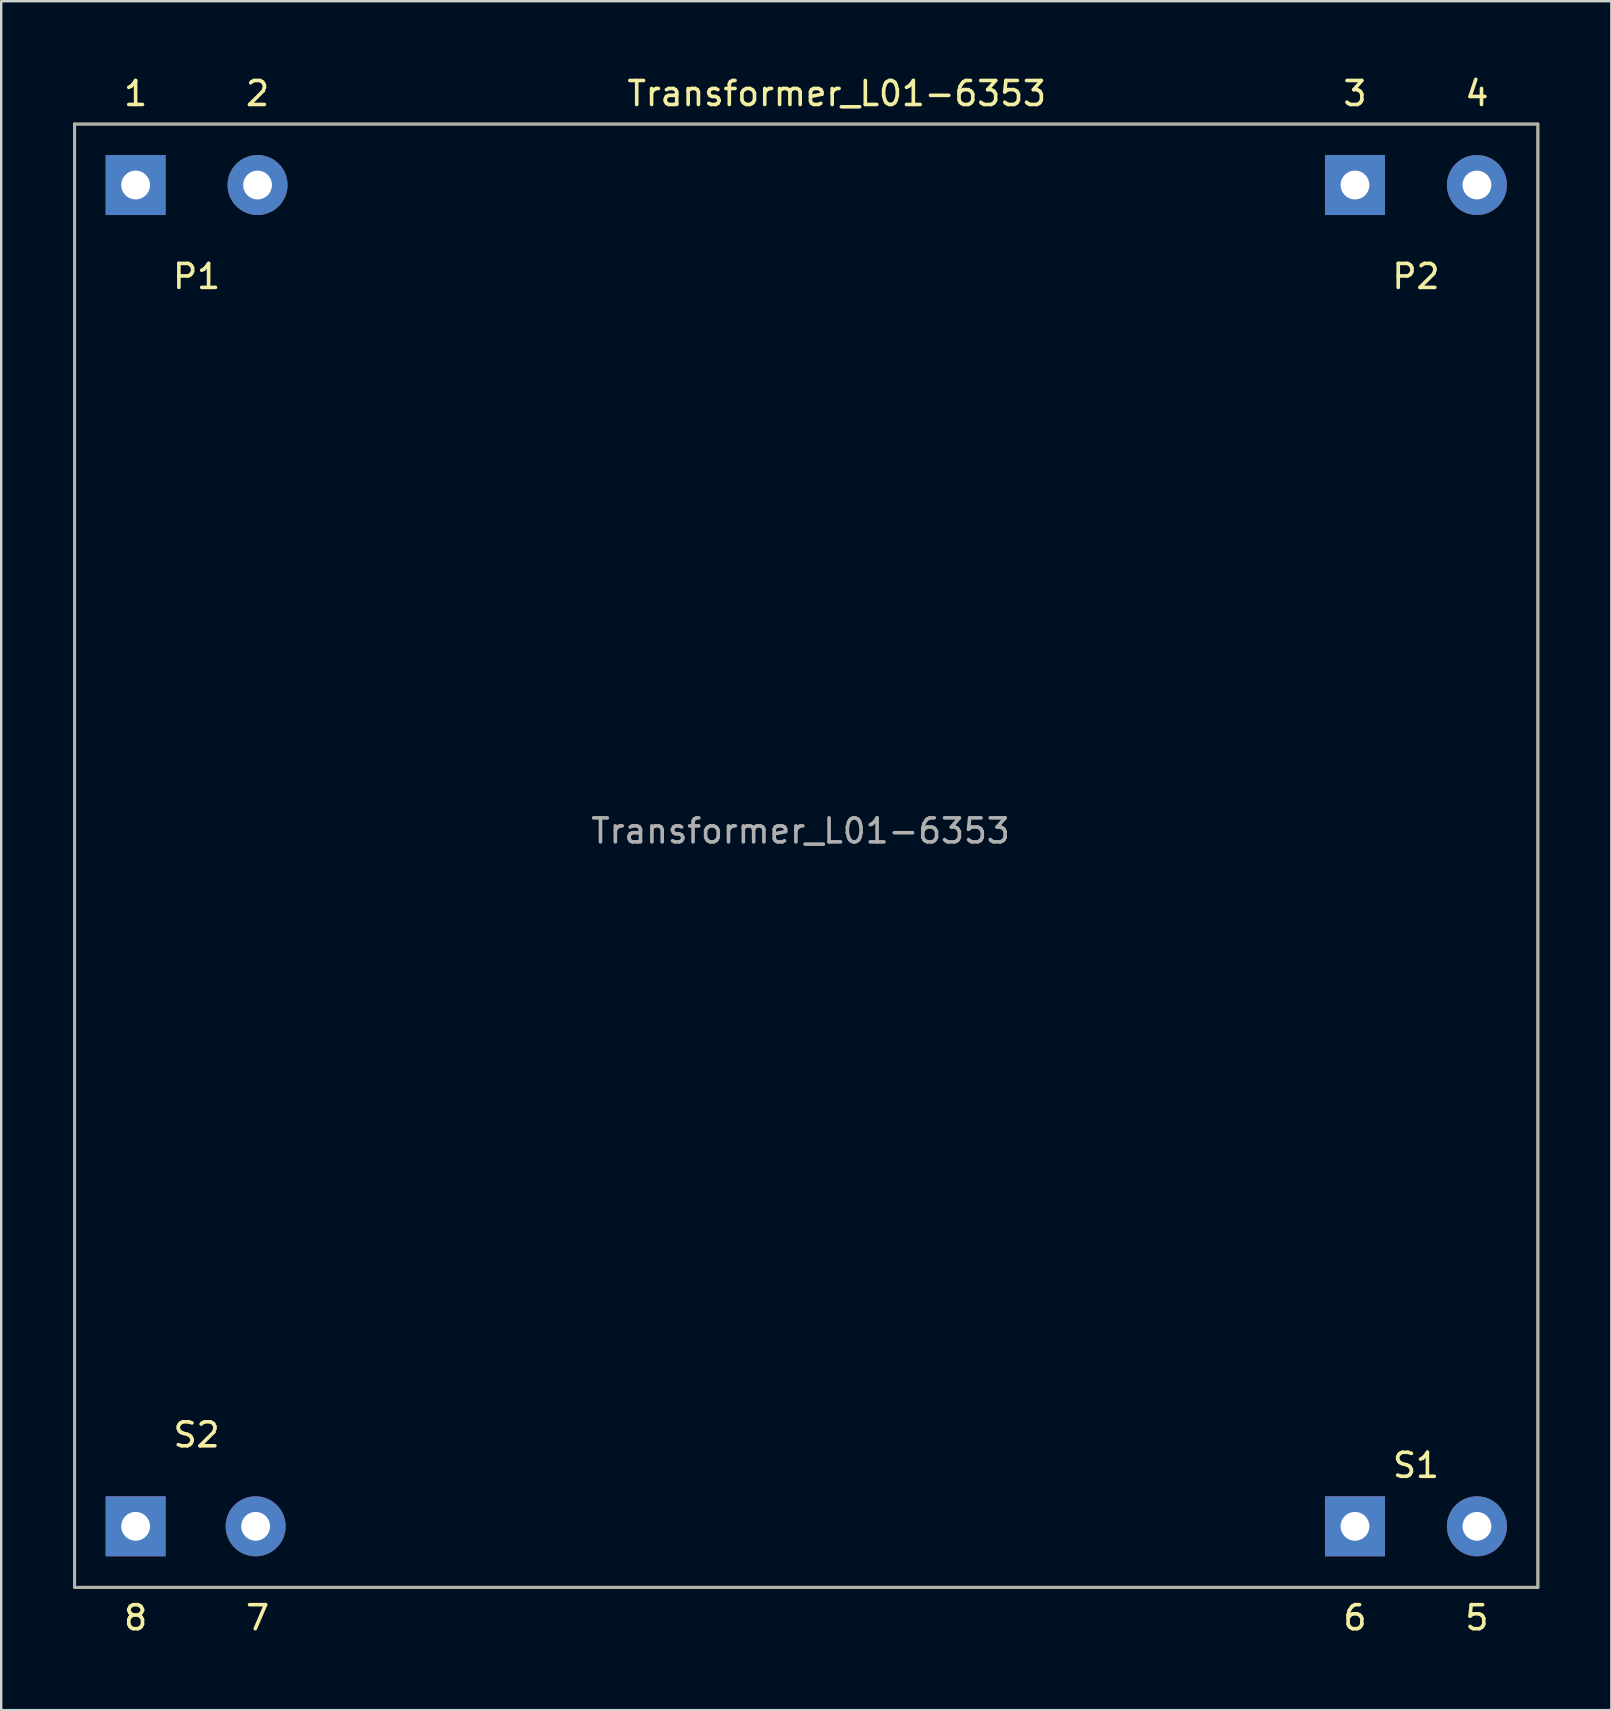
<source format=kicad_pcb>
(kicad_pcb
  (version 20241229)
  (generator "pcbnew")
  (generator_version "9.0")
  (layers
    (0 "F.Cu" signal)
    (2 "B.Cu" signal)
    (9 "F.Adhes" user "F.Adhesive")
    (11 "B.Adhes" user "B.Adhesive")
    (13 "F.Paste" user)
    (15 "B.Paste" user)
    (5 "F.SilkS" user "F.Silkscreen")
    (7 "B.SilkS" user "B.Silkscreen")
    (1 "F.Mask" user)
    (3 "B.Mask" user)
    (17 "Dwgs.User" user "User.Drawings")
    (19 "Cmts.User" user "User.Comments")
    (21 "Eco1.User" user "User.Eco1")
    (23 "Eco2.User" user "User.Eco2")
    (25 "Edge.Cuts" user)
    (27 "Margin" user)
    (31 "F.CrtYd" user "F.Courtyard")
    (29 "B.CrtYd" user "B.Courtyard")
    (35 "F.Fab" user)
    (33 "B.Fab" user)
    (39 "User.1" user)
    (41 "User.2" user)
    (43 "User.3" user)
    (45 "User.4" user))
  (footprint "Transformer_L01-6353"
    (layer "F.Cu")
    (at 2.6 60.538)
    (property "Reference" "Transformer_L01-6353" (at 29.21 -59.69 0) (layer "F.SilkS") (effects (font (size 1 1) (thickness 0.15))))
    (attr through_hole)
    (fp_line (start -2.54 -58.42) (end -2.54 2.54) (stroke (width 0.12) (type solid)) (layer "F.SilkS"))
    (fp_line (start -2.54 2.54) (end 58.42 2.54) (stroke (width 0.12) (type solid)) (layer "F.SilkS"))
    (fp_line (start 58.42 -58.42) (end -2.54 -58.42) (stroke (width 0.12) (type solid)) (layer "F.SilkS"))
    (fp_line (start 58.42 2.54) (end 58.42 -58.42) (stroke (width 0.12) (type solid)) (layer "F.SilkS"))
    (fp_line (start -2.54 -58.42) (end -2.54 2.54) (stroke (width 0.1) (type solid)) (layer "F.Fab"))
    (fp_line (start -2.54 2.54) (end 58.42 2.54) (stroke (width 0.1) (type solid)) (layer "F.Fab"))
    (fp_line (start 58.42 -58.42) (end -2.54 -58.42) (stroke (width 0.1) (type solid)) (layer "F.Fab"))
    (fp_line (start 58.42 2.54) (end 58.42 -58.42) (stroke (width 0.1) (type solid)) (layer "F.Fab"))
    (fp_text user "6" (at 50.8 3.81 0) (layer "F.SilkS") (effects (font (size 1 1) (thickness 0.15))))
    (fp_text user "8" (at 0 3.81 0) (layer "F.SilkS") (effects (font (size 1 1) (thickness 0.15))))
    (fp_text user "S2" (at 2.54 -3.81 0) (layer "F.SilkS") (effects (font (size 1 1) (thickness 0.15))))
    (fp_text user "3" (at 50.8 -59.69 0) (layer "F.SilkS") (effects (font (size 1 1) (thickness 0.15))))
    (fp_text user "1" (at 0 -59.69 0) (layer "F.SilkS") (effects (font (size 1 1) (thickness 0.15))))
    (fp_text user "S1" (at 53.34 -2.54 0) (layer "F.SilkS") (effects (font (size 1 1) (thickness 0.15))))
    (fp_text user "4" (at 55.88 -59.69 0) (layer "F.SilkS") (effects (font (size 1 1) (thickness 0.15))))
    (fp_text user "7" (at 5.08 3.81 0) (layer "F.SilkS") (effects (font (size 1 1) (thickness 0.15))))
    (fp_text user "P2" (at 53.34 -52.07 0) (layer "F.SilkS") (effects (font (size 1 1) (thickness 0.15))))
    (fp_text user "2" (at 5.08 -59.69 0) (layer "F.SilkS") (effects (font (size 1 1) (thickness 0.15))))
    (fp_text user "5" (at 55.88 3.81 0) (layer "F.SilkS") (effects (font (size 1 1) (thickness 0.15))))
    (fp_text user "P1" (at 2.54 -52.07 0) (layer "F.SilkS") (effects (font (size 1 1) (thickness 0.15))))
    (fp_text user "${REFERENCE}" (at 27.7 -28.97 0) (layer "F.Fab") (effects (font (size 1 1) (thickness 0.15))))
    (pad "1" thru_hole rect (at 0 -55.88) (size 2.5 2.5) (drill 1.2) (layers "*.Cu" "*.Mask"))
    (pad "2" thru_hole circle (at 5.08 -55.88) (size 2.5 2.5) (drill 1.2) (layers "*.Cu" "*.Mask"))
    (pad "3" thru_hole rect (at 50.8 -55.88) (size 2.5 2.5) (drill 1.2) (layers "*.Cu" "*.Mask"))
    (pad "4" thru_hole circle (at 55.88 -55.88) (size 2.5 2.5) (drill 1.2) (layers "*.Cu" "*.Mask"))
    (pad "5" thru_hole circle (at 55.88 0) (size 2.5 2.5) (drill 1.2) (layers "*.Cu" "*.Mask"))
    (pad "6" thru_hole rect (at 50.8 0) (size 2.5 2.5) (drill 1.2) (layers "*.Cu" "*.Mask"))
    (pad "7" thru_hole circle (at 5 0) (size 2.5 2.5) (drill 1.2) (layers "*.Cu" "*.Mask"))
    (pad "8" thru_hole rect (at 0 0) (size 2.5 2.5) (drill 1.2) (layers "*.Cu" "*.Mask")))
  (gr_rect
    (start -3 -3)
    (end 64.08 68.197)
    (stroke (width 0.1) (type default))
    (fill no)
    (layer "Edge.Cuts")))
</source>
